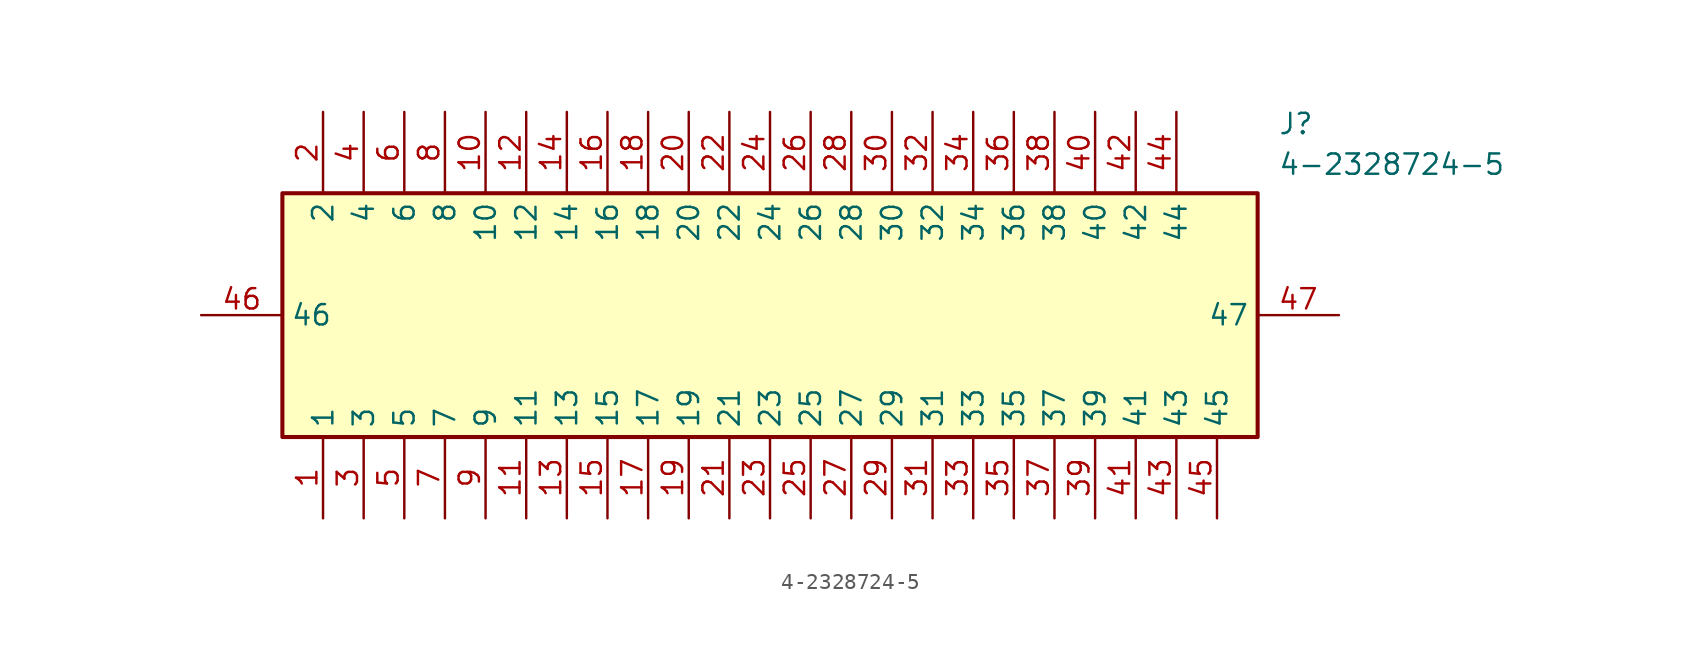
<source format=kicad_sym>
(kicad_symbol_lib
  (version 20220914)
  (generator kicad_symbol_editor)
  (symbol "4-2328724-5"
    (property "Reference" "J"
      (at 67.31 12.7 0)
      (effects (font (size 1.27 1.27)) (justify left top)))
    (property "Value" "4-2328724-5"
      (at 67.31 10.16 0)
      (effects (font (size 1.27 1.27)) (justify left top)))
    (symbol "4-2328724-5_1_1"
      (rectangle (start 5.08 7.62) (end 66.04 -7.62) (stroke (width 0.254) (type default)) (fill (type background)))
      (pin passive line (at 7.62 -12.7 90) (length 5.08) (name "1" (effects (font (size 1.27 1.27)))) (number "1" (effects (font (size 1.27 1.27)))))
      (pin passive line (at 17.78 12.7 270) (length 5.08) (name "10" (effects (font (size 1.27 1.27)))) (number "10" (effects (font (size 1.27 1.27)))))
      (pin passive line (at 20.32 -12.7 90) (length 5.08) (name "11" (effects (font (size 1.27 1.27)))) (number "11" (effects (font (size 1.27 1.27)))))
      (pin passive line (at 20.32 12.7 270) (length 5.08) (name "12" (effects (font (size 1.27 1.27)))) (number "12" (effects (font (size 1.27 1.27)))))
      (pin passive line (at 22.86 -12.7 90) (length 5.08) (name "13" (effects (font (size 1.27 1.27)))) (number "13" (effects (font (size 1.27 1.27)))))
      (pin passive line (at 22.86 12.7 270) (length 5.08) (name "14" (effects (font (size 1.27 1.27)))) (number "14" (effects (font (size 1.27 1.27)))))
      (pin passive line (at 25.4 -12.7 90) (length 5.08) (name "15" (effects (font (size 1.27 1.27)))) (number "15" (effects (font (size 1.27 1.27)))))
      (pin passive line (at 25.4 12.7 270) (length 5.08) (name "16" (effects (font (size 1.27 1.27)))) (number "16" (effects (font (size 1.27 1.27)))))
      (pin passive line (at 27.94 -12.7 90) (length 5.08) (name "17" (effects (font (size 1.27 1.27)))) (number "17" (effects (font (size 1.27 1.27)))))
      (pin passive line (at 27.94 12.7 270) (length 5.08) (name "18" (effects (font (size 1.27 1.27)))) (number "18" (effects (font (size 1.27 1.27)))))
      (pin passive line (at 30.48 -12.7 90) (length 5.08) (name "19" (effects (font (size 1.27 1.27)))) (number "19" (effects (font (size 1.27 1.27)))))
      (pin passive line (at 7.62 12.7 270) (length 5.08) (name "2" (effects (font (size 1.27 1.27)))) (number "2" (effects (font (size 1.27 1.27)))))
      (pin passive line (at 30.48 12.7 270) (length 5.08) (name "20" (effects (font (size 1.27 1.27)))) (number "20" (effects (font (size 1.27 1.27)))))
      (pin passive line (at 33.02 -12.7 90) (length 5.08) (name "21" (effects (font (size 1.27 1.27)))) (number "21" (effects (font (size 1.27 1.27)))))
      (pin passive line (at 33.02 12.7 270) (length 5.08) (name "22" (effects (font (size 1.27 1.27)))) (number "22" (effects (font (size 1.27 1.27)))))
      (pin passive line (at 35.56 -12.7 90) (length 5.08) (name "23" (effects (font (size 1.27 1.27)))) (number "23" (effects (font (size 1.27 1.27)))))
      (pin passive line (at 35.56 12.7 270) (length 5.08) (name "24" (effects (font (size 1.27 1.27)))) (number "24" (effects (font (size 1.27 1.27)))))
      (pin passive line (at 38.1 -12.7 90) (length 5.08) (name "25" (effects (font (size 1.27 1.27)))) (number "25" (effects (font (size 1.27 1.27)))))
      (pin passive line (at 38.1 12.7 270) (length 5.08) (name "26" (effects (font (size 1.27 1.27)))) (number "26" (effects (font (size 1.27 1.27)))))
      (pin passive line (at 40.64 -12.7 90) (length 5.08) (name "27" (effects (font (size 1.27 1.27)))) (number "27" (effects (font (size 1.27 1.27)))))
      (pin passive line (at 40.64 12.7 270) (length 5.08) (name "28" (effects (font (size 1.27 1.27)))) (number "28" (effects (font (size 1.27 1.27)))))
      (pin passive line (at 43.18 -12.7 90) (length 5.08) (name "29" (effects (font (size 1.27 1.27)))) (number "29" (effects (font (size 1.27 1.27)))))
      (pin passive line (at 10.16 -12.7 90) (length 5.08) (name "3" (effects (font (size 1.27 1.27)))) (number "3" (effects (font (size 1.27 1.27)))))
      (pin passive line (at 43.18 12.7 270) (length 5.08) (name "30" (effects (font (size 1.27 1.27)))) (number "30" (effects (font (size 1.27 1.27)))))
      (pin passive line (at 45.72 -12.7 90) (length 5.08) (name "31" (effects (font (size 1.27 1.27)))) (number "31" (effects (font (size 1.27 1.27)))))
      (pin passive line (at 45.72 12.7 270) (length 5.08) (name "32" (effects (font (size 1.27 1.27)))) (number "32" (effects (font (size 1.27 1.27)))))
      (pin passive line (at 48.26 -12.7 90) (length 5.08) (name "33" (effects (font (size 1.27 1.27)))) (number "33" (effects (font (size 1.27 1.27)))))
      (pin passive line (at 48.26 12.7 270) (length 5.08) (name "34" (effects (font (size 1.27 1.27)))) (number "34" (effects (font (size 1.27 1.27)))))
      (pin passive line (at 50.8 -12.7 90) (length 5.08) (name "35" (effects (font (size 1.27 1.27)))) (number "35" (effects (font (size 1.27 1.27)))))
      (pin passive line (at 50.8 12.7 270) (length 5.08) (name "36" (effects (font (size 1.27 1.27)))) (number "36" (effects (font (size 1.27 1.27)))))
      (pin passive line (at 53.34 -12.7 90) (length 5.08) (name "37" (effects (font (size 1.27 1.27)))) (number "37" (effects (font (size 1.27 1.27)))))
      (pin passive line (at 53.34 12.7 270) (length 5.08) (name "38" (effects (font (size 1.27 1.27)))) (number "38" (effects (font (size 1.27 1.27)))))
      (pin passive line (at 55.88 -12.7 90) (length 5.08) (name "39" (effects (font (size 1.27 1.27)))) (number "39" (effects (font (size 1.27 1.27)))))
      (pin passive line (at 10.16 12.7 270) (length 5.08) (name "4" (effects (font (size 1.27 1.27)))) (number "4" (effects (font (size 1.27 1.27)))))
      (pin passive line (at 55.88 12.7 270) (length 5.08) (name "40" (effects (font (size 1.27 1.27)))) (number "40" (effects (font (size 1.27 1.27)))))
      (pin passive line (at 58.42 -12.7 90) (length 5.08) (name "41" (effects (font (size 1.27 1.27)))) (number "41" (effects (font (size 1.27 1.27)))))
      (pin passive line (at 58.42 12.7 270) (length 5.08) (name "42" (effects (font (size 1.27 1.27)))) (number "42" (effects (font (size 1.27 1.27)))))
      (pin passive line (at 60.96 -12.7 90) (length 5.08) (name "43" (effects (font (size 1.27 1.27)))) (number "43" (effects (font (size 1.27 1.27)))))
      (pin passive line (at 60.96 12.7 270) (length 5.08) (name "44" (effects (font (size 1.27 1.27)))) (number "44" (effects (font (size 1.27 1.27)))))
      (pin passive line (at 63.5 -12.7 90) (length 5.08) (name "45" (effects (font (size 1.27 1.27)))) (number "45" (effects (font (size 1.27 1.27)))))
      (pin passive line (at 0 0 0) (length 5.08) (name "46" (effects (font (size 1.27 1.27)))) (number "46" (effects (font (size 1.27 1.27)))))
      (pin passive line (at 71.12 0 180) (length 5.08) (name "47" (effects (font (size 1.27 1.27)))) (number "47" (effects (font (size 1.27 1.27)))))
      (pin passive line (at 12.7 -12.7 90) (length 5.08) (name "5" (effects (font (size 1.27 1.27)))) (number "5" (effects (font (size 1.27 1.27)))))
      (pin passive line (at 12.7 12.7 270) (length 5.08) (name "6" (effects (font (size 1.27 1.27)))) (number "6" (effects (font (size 1.27 1.27)))))
      (pin passive line (at 15.24 -12.7 90) (length 5.08) (name "7" (effects (font (size 1.27 1.27)))) (number "7" (effects (font (size 1.27 1.27)))))
      (pin passive line (at 15.24 12.7 270) (length 5.08) (name "8" (effects (font (size 1.27 1.27)))) (number "8" (effects (font (size 1.27 1.27)))))
      (pin passive line (at 17.78 -12.7 90) (length 5.08) (name "9" (effects (font (size 1.27 1.27)))) (number "9" (effects (font (size 1.27 1.27))))))))
</source>
